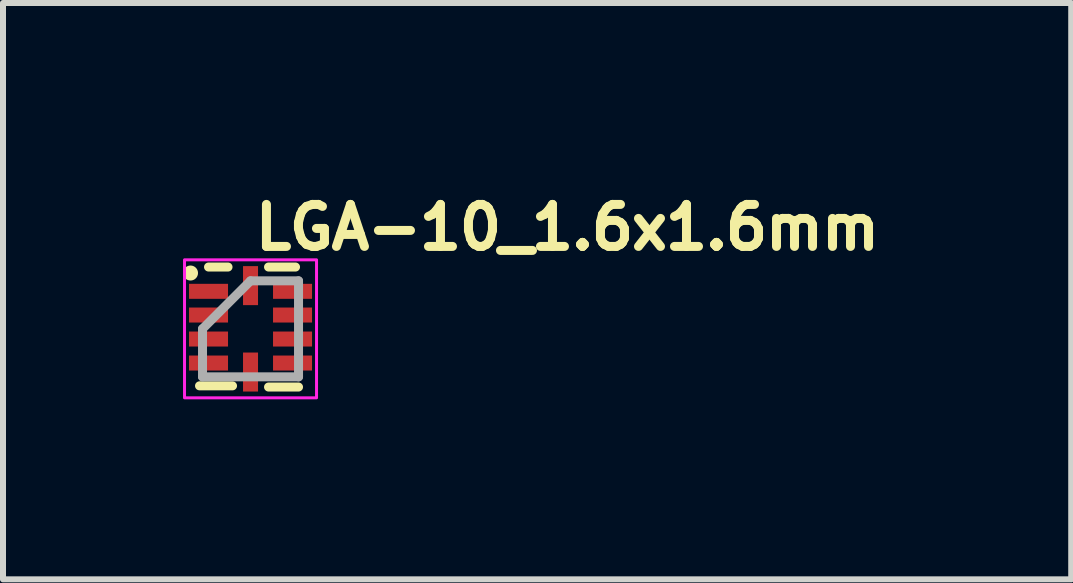
<source format=kicad_pcb>
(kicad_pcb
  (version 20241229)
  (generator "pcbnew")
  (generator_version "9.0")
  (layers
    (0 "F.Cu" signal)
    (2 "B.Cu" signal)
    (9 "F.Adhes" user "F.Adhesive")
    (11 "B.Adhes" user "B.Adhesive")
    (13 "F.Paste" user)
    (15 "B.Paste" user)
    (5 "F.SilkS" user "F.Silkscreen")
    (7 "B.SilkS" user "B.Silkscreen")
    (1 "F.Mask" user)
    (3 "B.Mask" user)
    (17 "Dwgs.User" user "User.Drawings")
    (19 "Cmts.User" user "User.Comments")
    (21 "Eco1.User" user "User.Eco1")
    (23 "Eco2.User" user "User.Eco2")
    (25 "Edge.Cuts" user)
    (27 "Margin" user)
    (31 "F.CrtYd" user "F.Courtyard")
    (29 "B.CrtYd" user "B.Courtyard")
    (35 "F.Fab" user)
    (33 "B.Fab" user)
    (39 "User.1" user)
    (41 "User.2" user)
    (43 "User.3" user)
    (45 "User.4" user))
  (footprint "LGA-10_1.6x1.6mm"
    (layer "F.Cu")
    (at 1.125 2.4)
    (property "Reference" "LGA-10_1.6x1.6mm" (at 0 -1.25 0) (layer "F.SilkS") (effects (font (size 0.7 0.7) (thickness 0.15)) (justify left bottom)))
    (attr smd)
    (fp_line (start -0.85 0.98) (end -0.3 0.98) (stroke (width 0.15) (type solid)) (layer "F.SilkS"))
    (fp_line (start -0.7 -1) (end -0.375 -1) (stroke (width 0.15) (type solid)) (layer "F.SilkS"))
    (fp_line (start 0.3 -1) (end 0.75 -1) (stroke (width 0.15) (type solid)) (layer "F.SilkS"))
    (fp_line (start 0.3 1) (end 0.8 1) (stroke (width 0.15) (type solid)) (layer "F.SilkS"))
    (fp_circle (center -1 -0.9) (end -0.95 -0.9) (stroke (width 0.15) (type solid)) (fill yes) (layer "F.SilkS"))
    (fp_rect (start -1.1 -1.12) (end 1.1 1.18) (stroke (width 0.05) (type solid)) (fill no) (layer "F.CrtYd"))
    (fp_line (start -0.8 0.03) (end -0.8 0.83) (stroke (width 0.15) (type solid)) (layer "F.Fab"))
    (fp_line (start -0.8 0.83) (end 0.8 0.83) (stroke (width 0.15) (type solid)) (layer "F.Fab"))
    (fp_line (start 0 -0.77) (end -0.8 0.03) (stroke (width 0.15) (type solid)) (layer "F.Fab"))
    (fp_line (start 0.8 -0.77) (end 0 -0.77) (stroke (width 0.15) (type solid)) (layer "F.Fab"))
    (fp_line (start 0.8 0.83) (end 0.8 -0.77) (stroke (width 0.15) (type solid)) (layer "F.Fab"))
    (fp_rect (start -0.8 -0.8) (end 0.8 0.8) (stroke (width 0.1) (type solid)) (fill no) (layer "User.5"))
    (fp_line (start -0.8 -0.8) (end -0.8 0.8) (stroke (width 0.02) (type solid)) (layer "User.9"))
    (fp_line (start -0.8 0.8) (end 0.8 0.8) (stroke (width 0.02) (type solid)) (layer "User.9"))
    (fp_line (start 0.8 -0.8) (end -0.8 -0.8) (stroke (width 0.02) (type solid)) (layer "User.9"))
    (fp_line (start 0.8 0.8) (end 0.8 -0.8) (stroke (width 0.02) (type solid)) (layer "User.9"))
    (pad "1" smd rect (at -0.7 -0.595 90) (size 0.25 0.65) (layers "F.Cu" "F.Mask" "F.Paste"))
    (pad "2" smd rect (at -0.7 -0.2 90) (size 0.25 0.65) (layers "F.Cu" "F.Mask" "F.Paste"))
    (pad "3" smd rect (at -0.7 0.2 90) (size 0.25 0.65) (layers "F.Cu" "F.Mask" "F.Paste"))
    (pad "4" smd rect (at -0.7 0.6 90) (size 0.25 0.65) (layers "F.Cu" "F.Mask" "F.Paste"))
    (pad "5" smd rect (at 0 0.75) (size 0.25 0.65) (layers "F.Cu" "F.Mask" "F.Paste"))
    (pad "6" smd rect (at 0.7 0.6 90) (size 0.25 0.65) (layers "F.Cu" "F.Mask" "F.Paste"))
    (pad "7" smd rect (at 0.7 0.2 90) (size 0.25 0.65) (layers "F.Cu" "F.Mask" "F.Paste"))
    (pad "8" smd rect (at 0.7 -0.2 90) (size 0.25 0.65) (layers "F.Cu" "F.Mask" "F.Paste"))
    (pad "9" smd rect (at 0.7 -0.595 90) (size 0.25 0.65) (layers "F.Cu" "F.Mask" "F.Paste"))
    (pad "10" smd rect (at 0 -0.69) (size 0.25 0.65) (layers "F.Cu" "F.Mask" "F.Paste")))
  (gr_rect
    (start -3 -3)
    (end 14.802 6.605)
    (stroke (width 0.1) (type default))
    (fill no)
    (layer "Edge.Cuts")))
</source>
